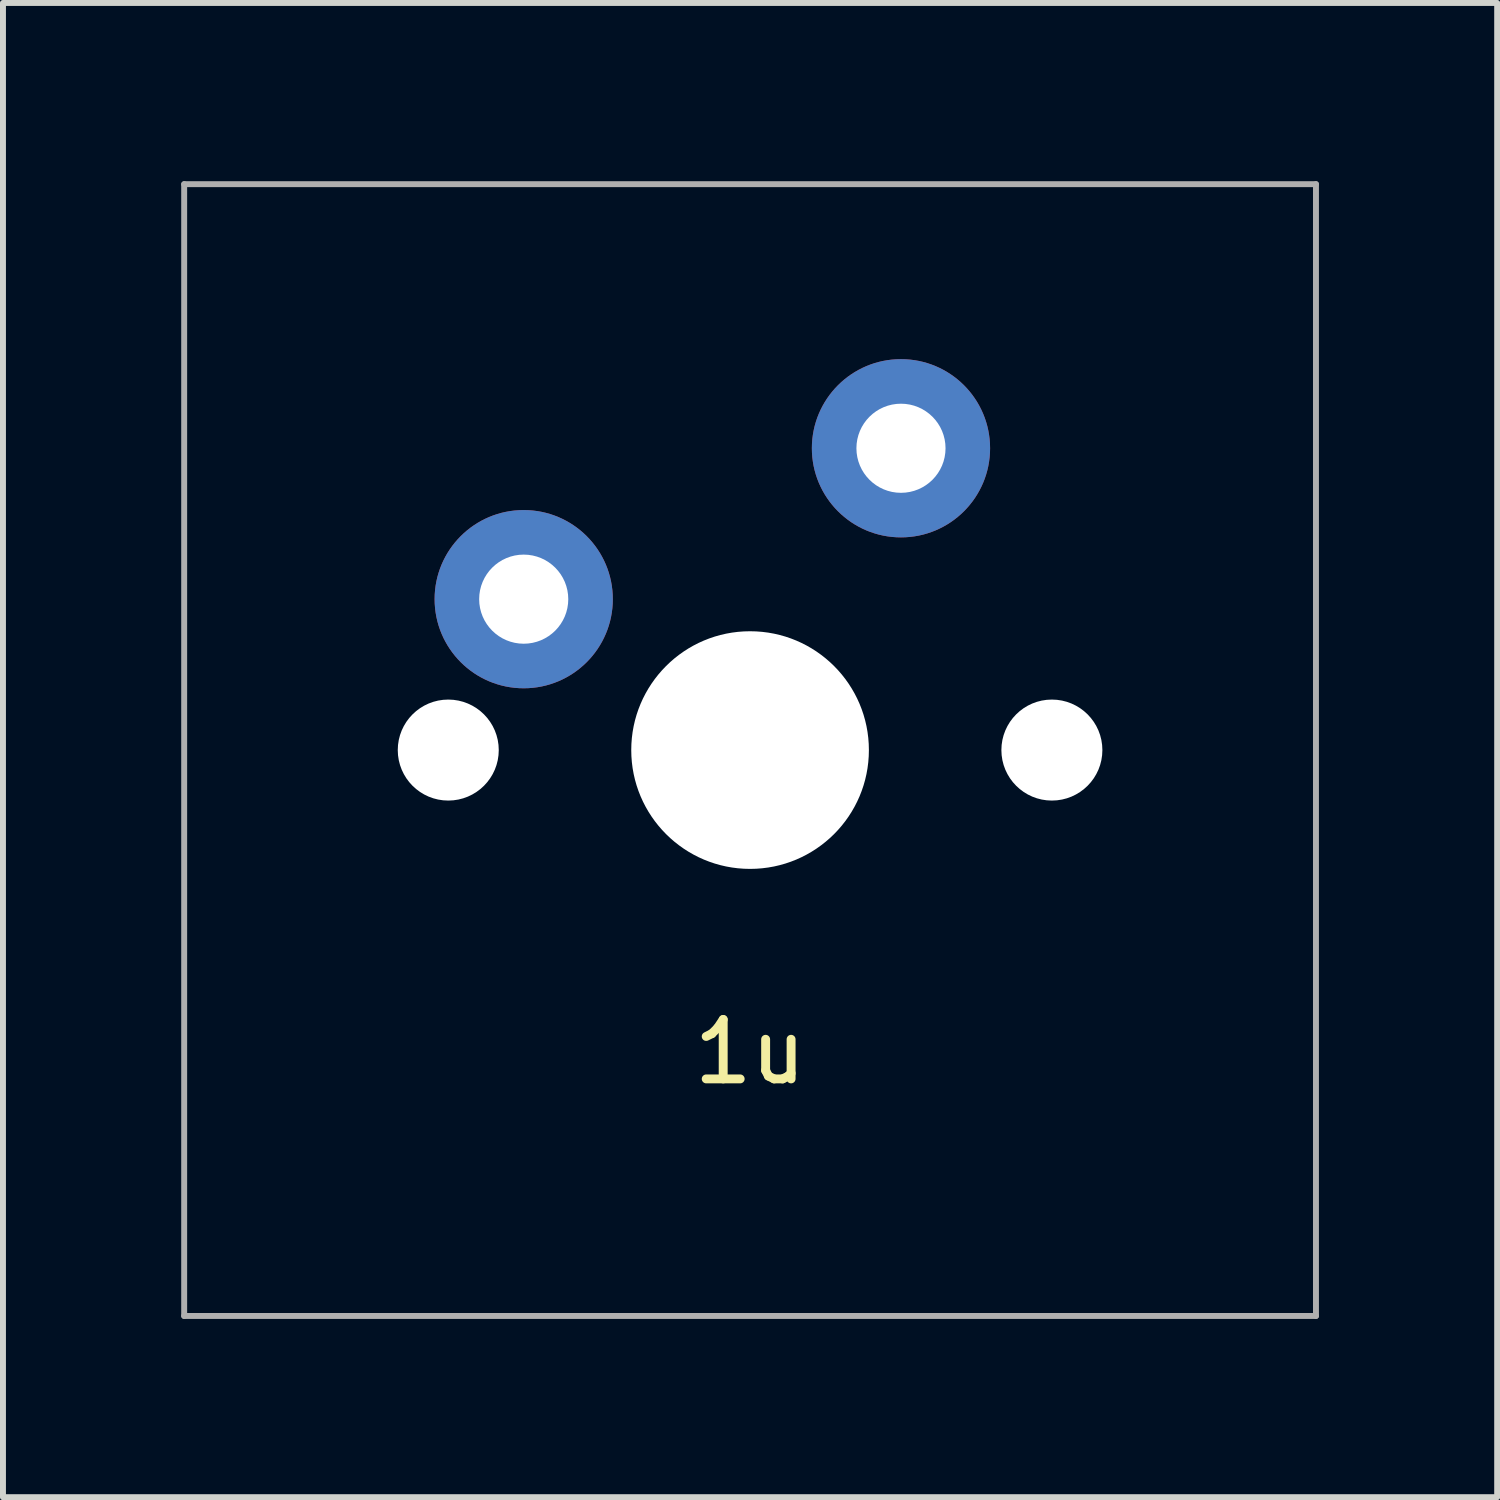
<source format=kicad_pcb>
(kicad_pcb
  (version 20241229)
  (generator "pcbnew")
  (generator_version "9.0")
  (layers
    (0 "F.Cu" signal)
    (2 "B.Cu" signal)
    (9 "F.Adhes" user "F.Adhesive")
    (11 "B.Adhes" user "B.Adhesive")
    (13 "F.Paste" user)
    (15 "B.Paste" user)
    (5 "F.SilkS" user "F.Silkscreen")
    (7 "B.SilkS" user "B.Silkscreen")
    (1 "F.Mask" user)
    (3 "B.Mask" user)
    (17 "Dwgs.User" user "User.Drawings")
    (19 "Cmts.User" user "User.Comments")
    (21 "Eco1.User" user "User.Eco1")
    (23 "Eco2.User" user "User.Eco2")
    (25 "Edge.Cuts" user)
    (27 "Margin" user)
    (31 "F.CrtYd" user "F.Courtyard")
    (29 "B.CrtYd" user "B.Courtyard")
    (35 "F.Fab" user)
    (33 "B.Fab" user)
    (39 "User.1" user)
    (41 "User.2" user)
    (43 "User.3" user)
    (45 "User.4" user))
  (footprint "1u"
    (layer "F.Cu")
    (at 9.575 9.575)
    (property "Reference" "1u" (at 0 5.08 0) (layer "F.SilkS") (effects (font (size 1 1) (thickness 0.15))))
    (attr through_hole)
    (fp_line (start -9.525 -9.525) (end -9.525 9.525) (stroke (width 0.1) (type solid)) (layer "F.Fab"))
    (fp_line (start -9.525 -9.525) (end 9.525 -9.525) (stroke (width 0.1) (type solid)) (layer "F.Fab"))
    (fp_line (start -9.525 9.525) (end 9.525 9.525) (stroke (width 0.1) (type solid)) (layer "F.Fab"))
    (fp_line (start 9.525 -9.525) (end 9.525 9.525) (stroke (width 0.1) (type solid)) (layer "F.Fab"))
    (pad "" np_thru_hole circle (at -5.08 0) (size 1.7 1.7) (drill 1.7) (layers "*.Cu" "*.Mask"))
    (pad "" np_thru_hole circle (at 0 0) (size 4 4) (drill 4) (layers "*.Cu" "*.Mask"))
    (pad "" np_thru_hole circle (at 5.08 0) (size 1.7 1.7) (drill 1.7) (layers "*.Cu" "*.Mask"))
    (pad "1" thru_hole circle (at 2.54 -5.08) (size 3 3) (drill 1.5) (layers "*.Cu" "*.Mask"))
    (pad "2" thru_hole circle (at -3.81 -2.54) (size 3 3) (drill 1.5) (layers "*.Cu" "*.Mask")))
  (gr_rect
    (start -3 -3)
    (end 22.15 22.15)
    (stroke (width 0.1) (type default))
    (fill no)
    (layer "Edge.Cuts")))
</source>
